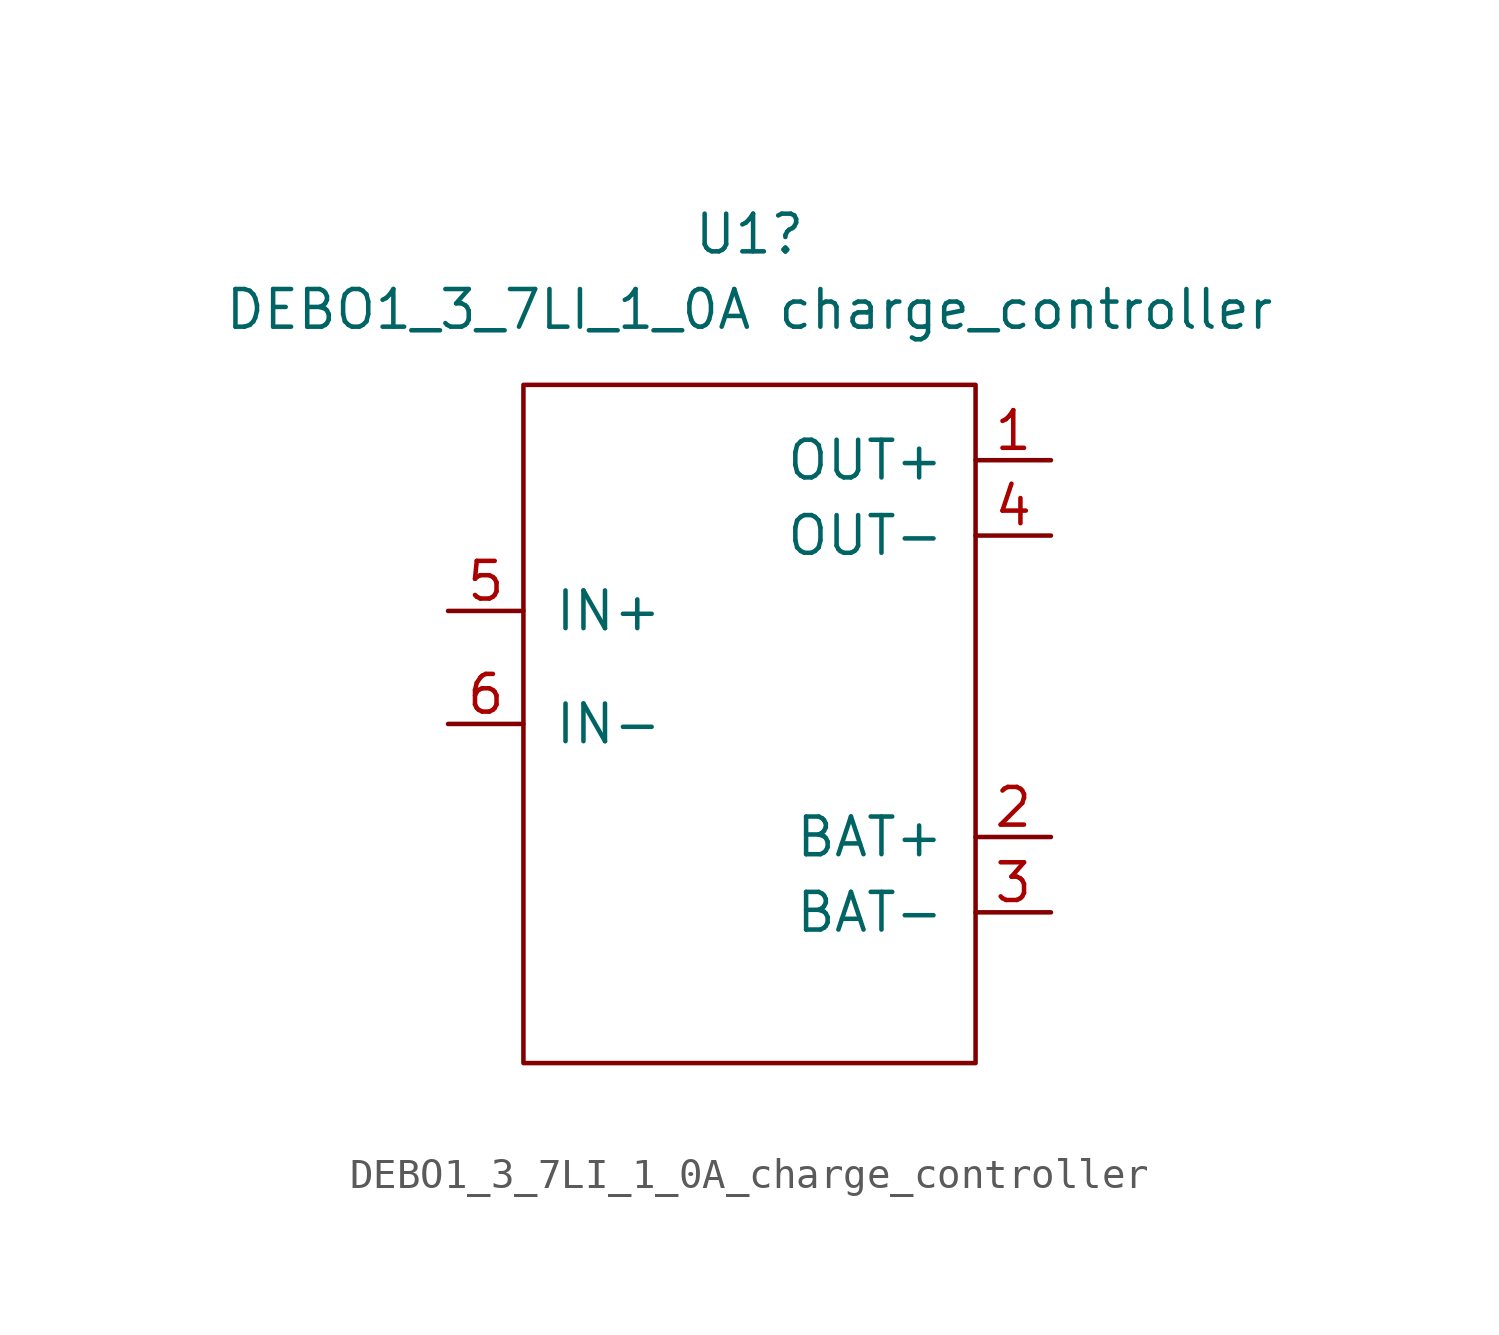
<source format=kicad_sym>
(kicad_symbol_lib
  (version 20220914)
  (generator kicad_symbol_editor)
  (symbol "DEBO1_3_7LI_1_0A_charge_controller"
    (pin_names
      (offset 1.016))
    (property "Reference" "U1"
      (at 0 29.21 0)
      (effects (font (size 1.27 1.27))))
    (property "Value" "DEBO1_3_7LI_1_0A charge_controller"
      (at 0 26.67 0)
      (effects (font (size 1.27 1.27))))
    (symbol "DEBO1_3_7LI_1_0A_charge_controller_0_1"
      (rectangle (start 7.62 1.27) (end -7.62 24.13) (stroke (width 0) (type default)) (fill (type none))))
    (symbol "DEBO1_3_7LI_1_0A_charge_controller_1_1"
      (pin power_out line (at 10.16 21.59 180) (length 2.54) (name "OUT+" (effects (font (size 1.27 1.27)))) (number "1" (effects (font (size 1.27 1.27)))))
      (pin power_out line (at 10.16 8.89 180) (length 2.54) (name "BAT+" (effects (font (size 1.27 1.27)))) (number "2" (effects (font (size 1.27 1.27)))))
      (pin power_out line (at 10.16 6.35 180) (length 2.54) (name "BAT-" (effects (font (size 1.27 1.27)))) (number "3" (effects (font (size 1.27 1.27)))))
      (pin power_out line (at 10.16 19.05 180) (length 2.54) (name "OUT-" (effects (font (size 1.27 1.27)))) (number "4" (effects (font (size 1.27 1.27)))))
      (pin power_in line (at -10.16 16.51 0) (length 2.54) (name "IN+" (effects (font (size 1.27 1.27)))) (number "5" (effects (font (size 1.27 1.27)))))
      (pin power_in line (at -10.16 12.7 0) (length 2.54) (name "IN-" (effects (font (size 1.27 1.27)))) (number "6" (effects (font (size 1.27 1.27))))))))
</source>
